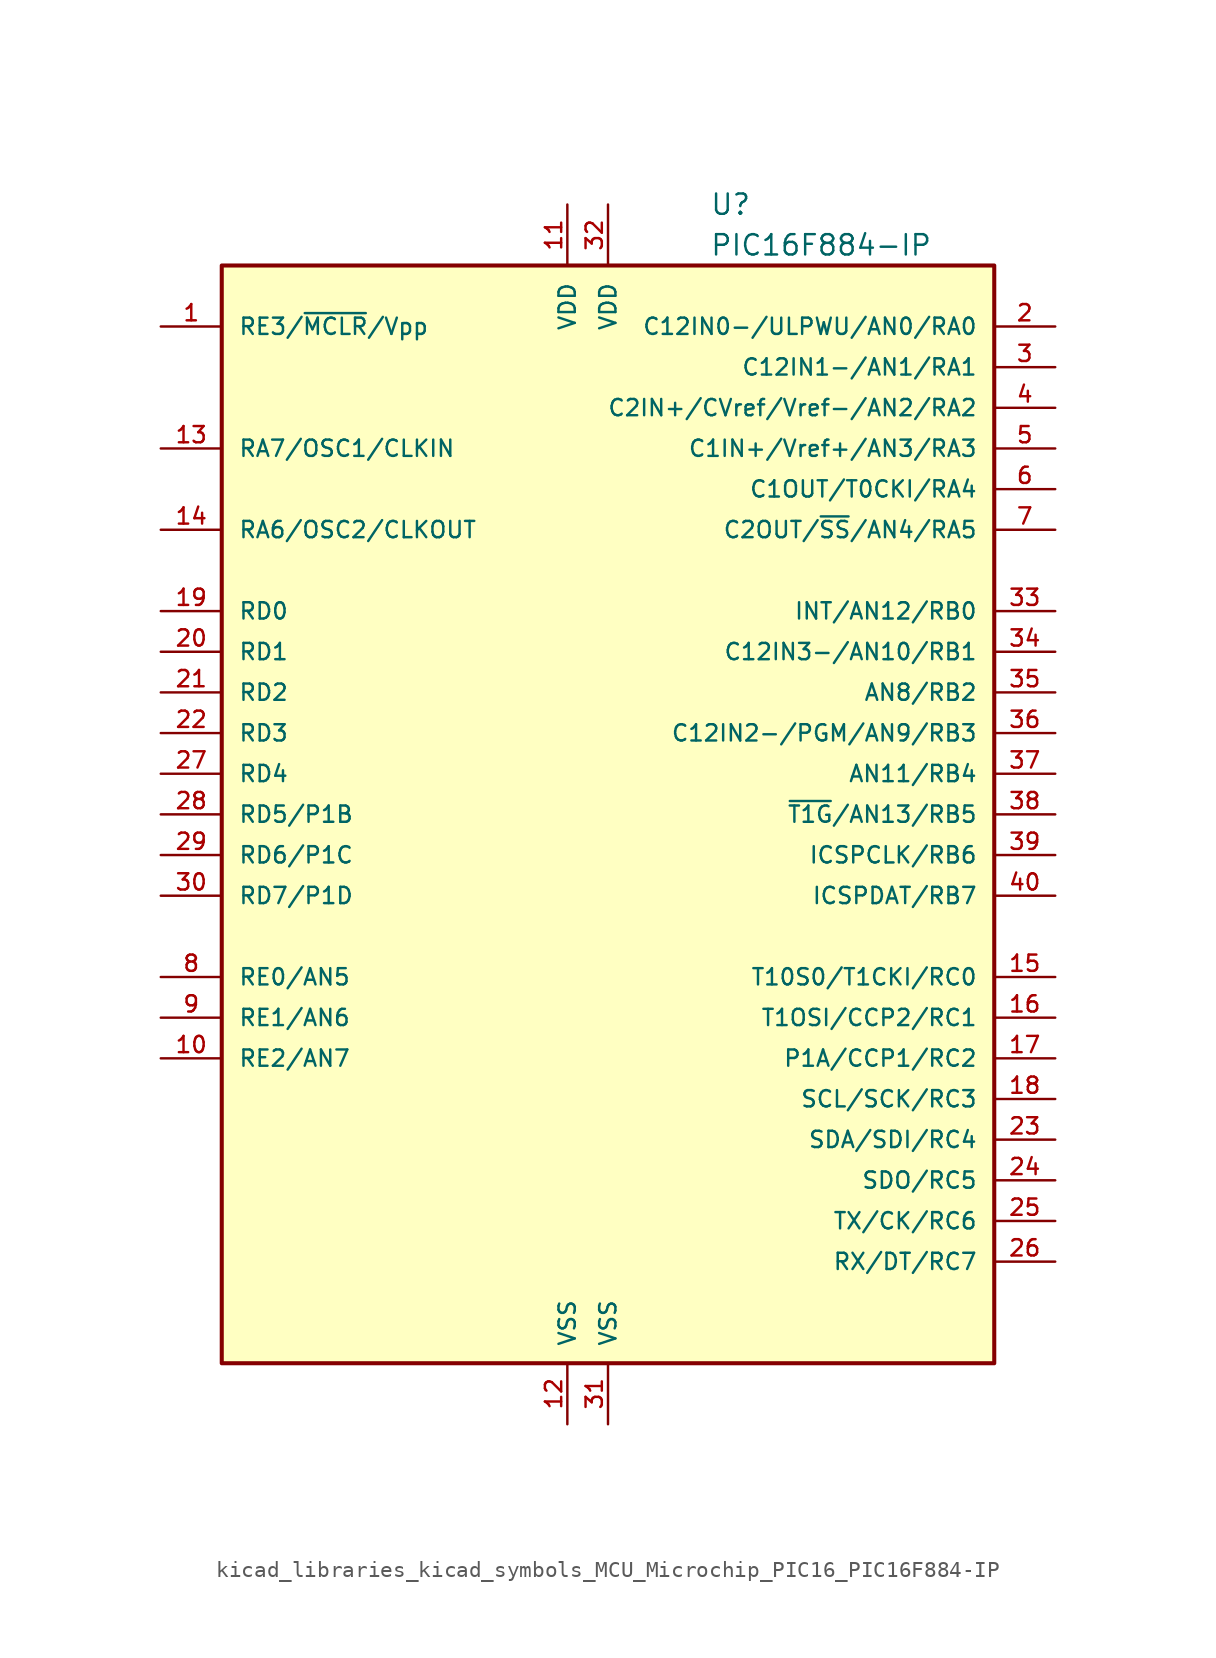
<source format=kicad_sym>
(kicad_symbol_lib
  (version 20220914)
  (generator kicad_symbol_editor)
  (symbol "kicad_libraries_kicad_symbols_MCU_Microchip_PIC16_PIC16F884-IP"
    (pin_names
      (offset 1.016))
    (property "Reference" "U"
      (at 6.35 38.1 0)
      (effects (font (size 1.27 1.27)) (justify left)))
    (property "Value" "PIC16F884-IP"
      (at 6.35 35.56 0)
      (effects (font (size 1.27 1.27)) (justify left)))
    (symbol "kicad_libraries_kicad_symbols_MCU_Microchip_PIC16_PIC16F884-IP_0_1"
      (rectangle (start -24.13 -34.29) (end 24.13 34.29) (stroke (width 0.254) (type default)) (fill (type background))))
    (symbol "kicad_libraries_kicad_symbols_MCU_Microchip_PIC16_PIC16F884-IP_1_1"
      (pin input line (at -27.94 30.48 0) (length 3.81) (name "RE3/~{MCLR}/Vpp" (effects (font (size 1.016 1.016)))) (number "1" (effects (font (size 1.016 1.016)))))
      (pin bidirectional line (at -27.94 -15.24 0) (length 3.81) (name "RE2/AN7" (effects (font (size 1.016 1.016)))) (number "10" (effects (font (size 1.016 1.016)))))
      (pin power_in line (at -2.54 38.1 270) (length 3.81) (name "VDD" (effects (font (size 1.016 1.016)))) (number "11" (effects (font (size 1.016 1.016)))))
      (pin power_in line (at -2.54 -38.1 90) (length 3.81) (name "VSS" (effects (font (size 1.016 1.016)))) (number "12" (effects (font (size 1.016 1.016)))))
      (pin bidirectional line (at -27.94 22.86 0) (length 3.81) (name "RA7/OSC1/CLKIN" (effects (font (size 1.016 1.016)))) (number "13" (effects (font (size 1.016 1.016)))))
      (pin bidirectional line (at -27.94 17.78 0) (length 3.81) (name "RA6/OSC2/CLKOUT" (effects (font (size 1.016 1.016)))) (number "14" (effects (font (size 1.016 1.016)))))
      (pin bidirectional line (at 27.94 -10.16 180) (length 3.81) (name "T10S0/T1CKI/RC0" (effects (font (size 1.016 1.016)))) (number "15" (effects (font (size 1.016 1.016)))))
      (pin bidirectional line (at 27.94 -12.7 180) (length 3.81) (name "T1OSI/CCP2/RC1" (effects (font (size 1.016 1.016)))) (number "16" (effects (font (size 1.016 1.016)))))
      (pin bidirectional line (at 27.94 -15.24 180) (length 3.81) (name "P1A/CCP1/RC2" (effects (font (size 1.016 1.016)))) (number "17" (effects (font (size 1.016 1.016)))))
      (pin bidirectional line (at 27.94 -17.78 180) (length 3.81) (name "SCL/SCK/RC3" (effects (font (size 1.016 1.016)))) (number "18" (effects (font (size 1.016 1.016)))))
      (pin bidirectional line (at -27.94 12.7 0) (length 3.81) (name "RD0" (effects (font (size 1.016 1.016)))) (number "19" (effects (font (size 1.016 1.016)))))
      (pin bidirectional line (at 27.94 30.48 180) (length 3.81) (name "C12IN0-/ULPWU/AN0/RA0" (effects (font (size 1.016 1.016)))) (number "2" (effects (font (size 1.016 1.016)))))
      (pin bidirectional line (at -27.94 10.16 0) (length 3.81) (name "RD1" (effects (font (size 1.016 1.016)))) (number "20" (effects (font (size 1.016 1.016)))))
      (pin bidirectional line (at -27.94 7.62 0) (length 3.81) (name "RD2" (effects (font (size 1.016 1.016)))) (number "21" (effects (font (size 1.016 1.016)))))
      (pin bidirectional line (at -27.94 5.08 0) (length 3.81) (name "RD3" (effects (font (size 1.016 1.016)))) (number "22" (effects (font (size 1.016 1.016)))))
      (pin bidirectional line (at 27.94 -20.32 180) (length 3.81) (name "SDA/SDI/RC4" (effects (font (size 1.016 1.016)))) (number "23" (effects (font (size 1.016 1.016)))))
      (pin bidirectional line (at 27.94 -22.86 180) (length 3.81) (name "SDO/RC5" (effects (font (size 1.016 1.016)))) (number "24" (effects (font (size 1.016 1.016)))))
      (pin bidirectional line (at 27.94 -25.4 180) (length 3.81) (name "TX/CK/RC6" (effects (font (size 1.016 1.016)))) (number "25" (effects (font (size 1.016 1.016)))))
      (pin bidirectional line (at 27.94 -27.94 180) (length 3.81) (name "RX/DT/RC7" (effects (font (size 1.016 1.016)))) (number "26" (effects (font (size 1.016 1.016)))))
      (pin bidirectional line (at -27.94 2.54 0) (length 3.81) (name "RD4" (effects (font (size 1.016 1.016)))) (number "27" (effects (font (size 1.016 1.016)))))
      (pin bidirectional line (at -27.94 0 0) (length 3.81) (name "RD5/P1B" (effects (font (size 1.016 1.016)))) (number "28" (effects (font (size 1.016 1.016)))))
      (pin bidirectional line (at -27.94 -2.54 0) (length 3.81) (name "RD6/P1C" (effects (font (size 1.016 1.016)))) (number "29" (effects (font (size 1.016 1.016)))))
      (pin bidirectional line (at 27.94 27.94 180) (length 3.81) (name "C12IN1-/AN1/RA1" (effects (font (size 1.016 1.016)))) (number "3" (effects (font (size 1.016 1.016)))))
      (pin bidirectional line (at -27.94 -5.08 0) (length 3.81) (name "RD7/P1D" (effects (font (size 1.016 1.016)))) (number "30" (effects (font (size 1.016 1.016)))))
      (pin power_in line (at 0 -38.1 90) (length 3.81) (name "VSS" (effects (font (size 1.016 1.016)))) (number "31" (effects (font (size 1.016 1.016)))))
      (pin power_in line (at 0 38.1 270) (length 3.81) (name "VDD" (effects (font (size 1.016 1.016)))) (number "32" (effects (font (size 1.016 1.016)))))
      (pin bidirectional line (at 27.94 12.7 180) (length 3.81) (name "INT/AN12/RB0" (effects (font (size 1.016 1.016)))) (number "33" (effects (font (size 1.016 1.016)))))
      (pin bidirectional line (at 27.94 10.16 180) (length 3.81) (name "C12IN3-/AN10/RB1" (effects (font (size 1.016 1.016)))) (number "34" (effects (font (size 1.016 1.016)))))
      (pin bidirectional line (at 27.94 7.62 180) (length 3.81) (name "AN8/RB2" (effects (font (size 1.016 1.016)))) (number "35" (effects (font (size 1.016 1.016)))))
      (pin bidirectional line (at 27.94 5.08 180) (length 3.81) (name "C12IN2-/PGM/AN9/RB3" (effects (font (size 1.016 1.016)))) (number "36" (effects (font (size 1.016 1.016)))))
      (pin bidirectional line (at 27.94 2.54 180) (length 3.81) (name "AN11/RB4" (effects (font (size 1.016 1.016)))) (number "37" (effects (font (size 1.016 1.016)))))
      (pin bidirectional line (at 27.94 0 180) (length 3.81) (name "~{T1G}/AN13/RB5" (effects (font (size 1.016 1.016)))) (number "38" (effects (font (size 1.016 1.016)))))
      (pin bidirectional line (at 27.94 -2.54 180) (length 3.81) (name "ICSPCLK/RB6" (effects (font (size 1.016 1.016)))) (number "39" (effects (font (size 1.016 1.016)))))
      (pin bidirectional line (at 27.94 25.4 180) (length 3.81) (name "C2IN+/CVref/Vref-/AN2/RA2" (effects (font (size 1.016 1.016)))) (number "4" (effects (font (size 1.016 1.016)))))
      (pin bidirectional line (at 27.94 -5.08 180) (length 3.81) (name "ICSPDAT/RB7" (effects (font (size 1.016 1.016)))) (number "40" (effects (font (size 1.016 1.016)))))
      (pin bidirectional line (at 27.94 22.86 180) (length 3.81) (name "C1IN+/Vref+/AN3/RA3" (effects (font (size 1.016 1.016)))) (number "5" (effects (font (size 1.016 1.016)))))
      (pin bidirectional line (at 27.94 20.32 180) (length 3.81) (name "C1OUT/T0CKI/RA4" (effects (font (size 1.016 1.016)))) (number "6" (effects (font (size 1.016 1.016)))))
      (pin bidirectional line (at 27.94 17.78 180) (length 3.81) (name "C2OUT/~{SS}/AN4/RA5" (effects (font (size 1.016 1.016)))) (number "7" (effects (font (size 1.016 1.016)))))
      (pin bidirectional line (at -27.94 -10.16 0) (length 3.81) (name "RE0/AN5" (effects (font (size 1.016 1.016)))) (number "8" (effects (font (size 1.016 1.016)))))
      (pin bidirectional line (at -27.94 -12.7 0) (length 3.81) (name "RE1/AN6" (effects (font (size 1.016 1.016)))) (number "9" (effects (font (size 1.016 1.016))))))))
</source>
